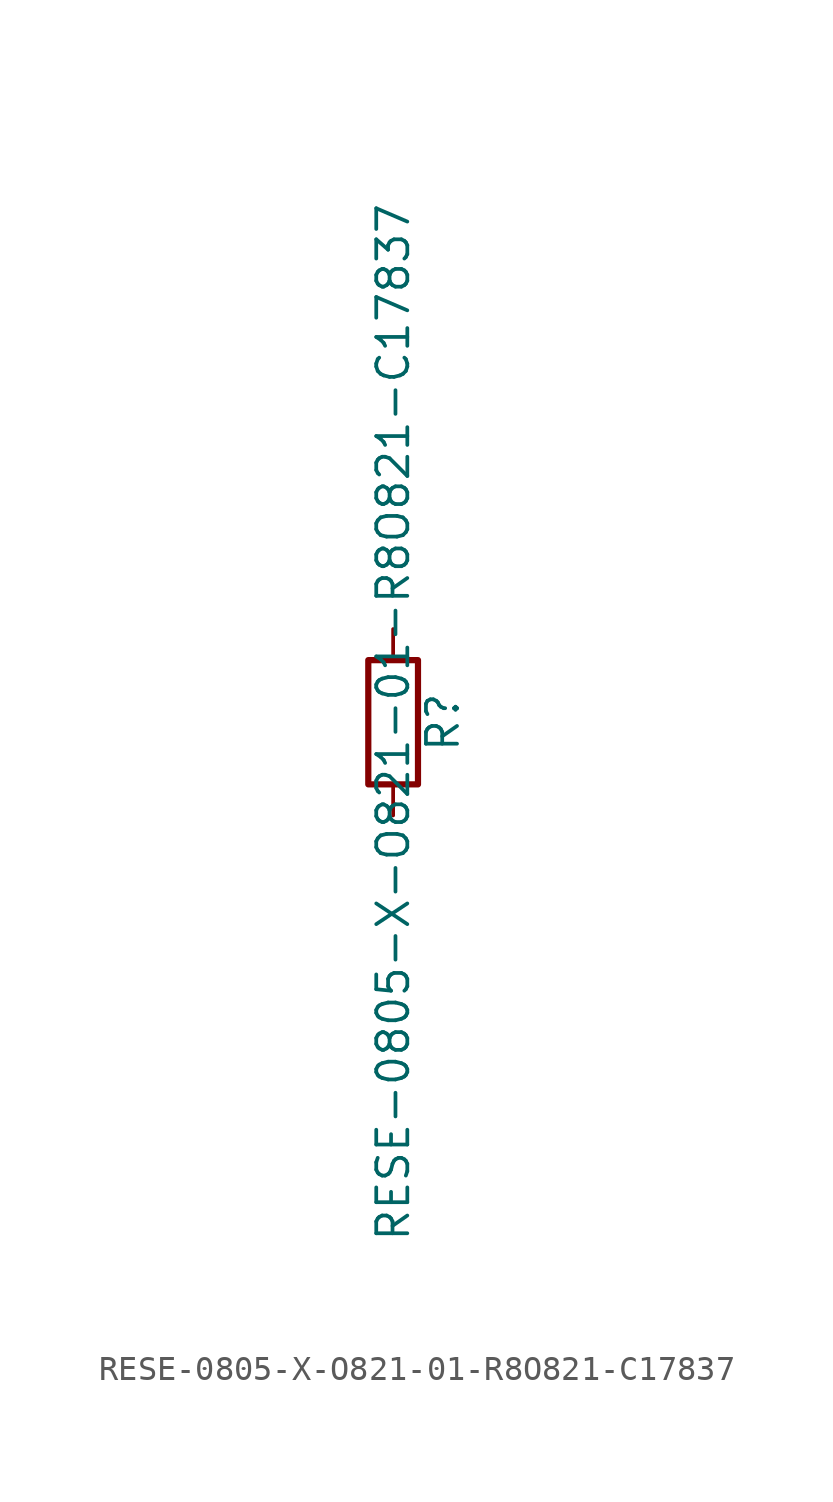
<source format=kicad_sym>
(kicad_symbol_lib
  (version 20211014)
  (generator kicad_symbol_editor)
  (symbol "RESE-0805-X-O821-01-R8O821-C17837"
    (pin_numbers hide)
    (pin_names
      (offset 0))
    (property "Reference" "R"
      (at 2.032 0 90)
      (effects (font (size 1.27 1.27))))
    (property "Value" "RESE-0805-X-O821-01-R8O821-C17837"
      (at 0 0 90)
      (effects (font (size 1.27 1.27))))
    (symbol "RESE-0805-X-O821-01-R8O821-C17837_0_1"
      (rectangle (start -1.016 -2.54) (end 1.016 2.54) (stroke (width 0.254) (type default) (color 0 0 0 0)) (fill (type none))))
    (symbol "RESE-0805-X-O821-01-R8O821-C17837_1_1"
      (pin passive line (at 0 3.81 270) (length 1.27) (name "~" (effects (font (size 1.27 1.27)))) (number "1" (effects (font (size 1.27 1.27)))))
      (pin passive line (at 0 -3.81 90) (length 1.27) (name "~" (effects (font (size 1.27 1.27)))) (number "2" (effects (font (size 1.27 1.27))))))))
</source>
